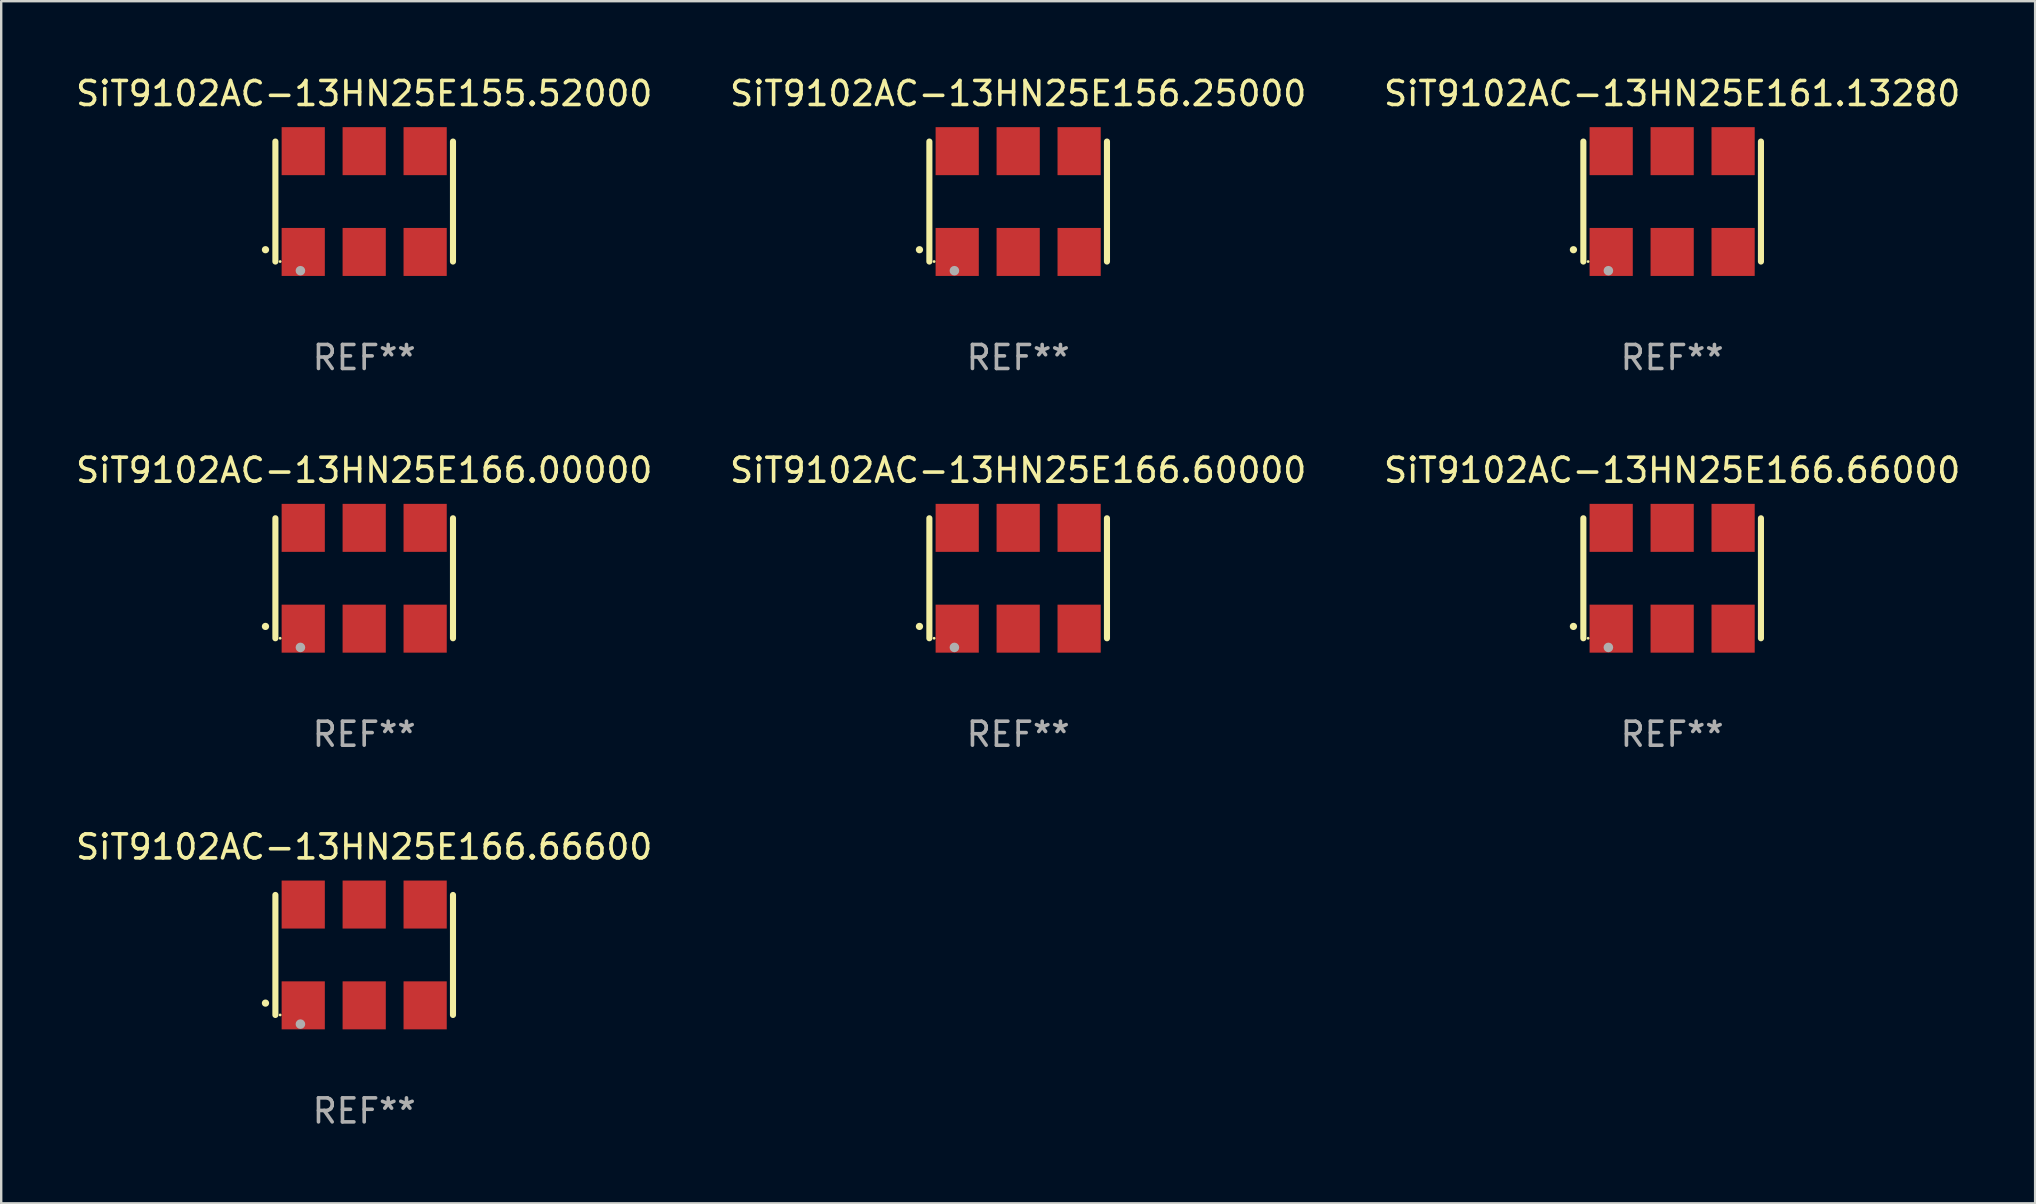
<source format=kicad_pcb>
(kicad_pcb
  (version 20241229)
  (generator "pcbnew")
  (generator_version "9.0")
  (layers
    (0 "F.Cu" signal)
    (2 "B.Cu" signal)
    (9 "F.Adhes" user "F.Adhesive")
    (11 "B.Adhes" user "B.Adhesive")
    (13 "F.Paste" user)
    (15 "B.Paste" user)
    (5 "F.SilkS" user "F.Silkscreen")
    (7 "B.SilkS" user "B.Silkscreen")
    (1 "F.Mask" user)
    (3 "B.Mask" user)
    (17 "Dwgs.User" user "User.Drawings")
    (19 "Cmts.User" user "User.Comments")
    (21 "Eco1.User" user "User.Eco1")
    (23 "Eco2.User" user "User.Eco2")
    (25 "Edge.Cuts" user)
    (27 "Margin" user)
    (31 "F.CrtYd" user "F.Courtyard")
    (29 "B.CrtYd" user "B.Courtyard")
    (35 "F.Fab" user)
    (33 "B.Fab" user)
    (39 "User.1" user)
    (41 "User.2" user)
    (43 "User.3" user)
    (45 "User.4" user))
  (footprint "SiT9102AC-13HN25E155.52000"
    (layer "F.Cu")
    (at 12.125 5.348)
    (property "Reference" "SiT9102AC-13HN25E155.52000" (at 0 -4.5 0) (layer "F.SilkS") (effects (font (size 1 1) (thickness 0.15))))
    (attr through_hole)
    (fp_line (start -3.7 -2.5) (end -3.7 2.5) (stroke (width 0.254) (type solid)) (layer "F.SilkS"))
    (fp_line (start 3.7 -2.5) (end 3.7 2.5) (stroke (width 0.254) (type solid)) (layer "F.SilkS"))
    (fp_arc (start -4.114415 2.006604) (mid -4.113145 2.006599) (end -4.111875 2.006604) (stroke (width 0.3) (type solid)) (layer "F.SilkS"))
    (fp_circle (center -3.502 2.5) (end -3.472 2.5) (stroke (width 0.06) (type solid)) (fill no) (layer "F.SilkS"))
    (fp_circle (center -2.657 2.882) (end -2.557 2.882) (stroke (width 0.2) (type solid)) (fill no) (layer "F.Fab"))
    (fp_text user "REF**" (at 0 6.5 0) (layer "F.Fab") (effects (font (size 1 1) (thickness 0.15))))
    (pad "1" smd rect (at -2.54 2.1) (size 1.8 2) (layers "F.Cu" "F.Mask" "F.Paste"))
    (pad "2" smd rect (at 0.000394 2.1) (size 1.8 2) (layers "F.Cu" "F.Mask" "F.Paste"))
    (pad "3" smd rect (at 2.54 2.1) (size 1.8 2) (layers "F.Cu" "F.Mask" "F.Paste"))
    (pad "4" smd rect (at 2.54 -2.1) (size 1.8 2) (layers "F.Cu" "F.Mask" "F.Paste"))
    (pad "5" smd rect (at 0.000394 -2.1) (size 1.8 2) (layers "F.Cu" "F.Mask" "F.Paste"))
    (pad "6" smd rect (at -2.54 -2.1) (size 1.8 2) (layers "F.Cu" "F.Mask" "F.Paste")))
  (footprint "SiT9102AC-13HN25E166.00000"
    (layer "F.Cu")
    (at 12.125 21.045)
    (property "Reference" "SiT9102AC-13HN25E166.00000" (at 0 -4.5 0) (layer "F.SilkS") (effects (font (size 1 1) (thickness 0.15))))
    (attr through_hole)
    (fp_line (start -3.7 -2.5) (end -3.7 2.5) (stroke (width 0.254) (type solid)) (layer "F.SilkS"))
    (fp_line (start 3.7 -2.5) (end 3.7 2.5) (stroke (width 0.254) (type solid)) (layer "F.SilkS"))
    (fp_arc (start -4.114415 2.006604) (mid -4.113145 2.006599) (end -4.111875 2.006604) (stroke (width 0.3) (type solid)) (layer "F.SilkS"))
    (fp_circle (center -3.502 2.5) (end -3.472 2.5) (stroke (width 0.06) (type solid)) (fill no) (layer "F.SilkS"))
    (fp_circle (center -2.657 2.882) (end -2.557 2.882) (stroke (width 0.2) (type solid)) (fill no) (layer "F.Fab"))
    (fp_text user "REF**" (at 0 6.5 0) (layer "F.Fab") (effects (font (size 1 1) (thickness 0.15))))
    (pad "1" smd rect (at -2.54 2.1) (size 1.8 2) (layers "F.Cu" "F.Mask" "F.Paste"))
    (pad "2" smd rect (at 0.000394 2.1) (size 1.8 2) (layers "F.Cu" "F.Mask" "F.Paste"))
    (pad "3" smd rect (at 2.54 2.1) (size 1.8 2) (layers "F.Cu" "F.Mask" "F.Paste"))
    (pad "4" smd rect (at 2.54 -2.1) (size 1.8 2) (layers "F.Cu" "F.Mask" "F.Paste"))
    (pad "5" smd rect (at 0.000394 -2.1) (size 1.8 2) (layers "F.Cu" "F.Mask" "F.Paste"))
    (pad "6" smd rect (at -2.54 -2.1) (size 1.8 2) (layers "F.Cu" "F.Mask" "F.Paste")))
  (footprint "SiT9102AC-13HN25E156.25000"
    (layer "F.Cu")
    (at 39.375 5.348)
    (property "Reference" "SiT9102AC-13HN25E156.25000" (at 0 -4.5 0) (layer "F.SilkS") (effects (font (size 1 1) (thickness 0.15))))
    (attr through_hole)
    (fp_line (start -3.7 -2.5) (end -3.7 2.5) (stroke (width 0.254) (type solid)) (layer "F.SilkS"))
    (fp_line (start 3.7 -2.5) (end 3.7 2.5) (stroke (width 0.254) (type solid)) (layer "F.SilkS"))
    (fp_arc (start -4.114415 2.006604) (mid -4.113145 2.006599) (end -4.111875 2.006604) (stroke (width 0.3) (type solid)) (layer "F.SilkS"))
    (fp_circle (center -3.502 2.5) (end -3.472 2.5) (stroke (width 0.06) (type solid)) (fill no) (layer "F.SilkS"))
    (fp_circle (center -2.657 2.882) (end -2.557 2.882) (stroke (width 0.2) (type solid)) (fill no) (layer "F.Fab"))
    (fp_text user "REF**" (at 0 6.5 0) (layer "F.Fab") (effects (font (size 1 1) (thickness 0.15))))
    (pad "1" smd rect (at -2.54 2.1) (size 1.8 2) (layers "F.Cu" "F.Mask" "F.Paste"))
    (pad "2" smd rect (at 0.000394 2.1) (size 1.8 2) (layers "F.Cu" "F.Mask" "F.Paste"))
    (pad "3" smd rect (at 2.54 2.1) (size 1.8 2) (layers "F.Cu" "F.Mask" "F.Paste"))
    (pad "4" smd rect (at 2.54 -2.1) (size 1.8 2) (layers "F.Cu" "F.Mask" "F.Paste"))
    (pad "5" smd rect (at 0.000394 -2.1) (size 1.8 2) (layers "F.Cu" "F.Mask" "F.Paste"))
    (pad "6" smd rect (at -2.54 -2.1) (size 1.8 2) (layers "F.Cu" "F.Mask" "F.Paste")))
  (footprint "SiT9102AC-13HN25E166.60000"
    (layer "F.Cu")
    (at 39.375 21.045)
    (property "Reference" "SiT9102AC-13HN25E166.60000" (at 0 -4.5 0) (layer "F.SilkS") (effects (font (size 1 1) (thickness 0.15))))
    (attr through_hole)
    (fp_line (start -3.7 -2.5) (end -3.7 2.5) (stroke (width 0.254) (type solid)) (layer "F.SilkS"))
    (fp_line (start 3.7 -2.5) (end 3.7 2.5) (stroke (width 0.254) (type solid)) (layer "F.SilkS"))
    (fp_arc (start -4.114415 2.006604) (mid -4.113145 2.006599) (end -4.111875 2.006604) (stroke (width 0.3) (type solid)) (layer "F.SilkS"))
    (fp_circle (center -3.502 2.5) (end -3.472 2.5) (stroke (width 0.06) (type solid)) (fill no) (layer "F.SilkS"))
    (fp_circle (center -2.657 2.882) (end -2.557 2.882) (stroke (width 0.2) (type solid)) (fill no) (layer "F.Fab"))
    (fp_text user "REF**" (at 0 6.5 0) (layer "F.Fab") (effects (font (size 1 1) (thickness 0.15))))
    (pad "1" smd rect (at -2.54 2.1) (size 1.8 2) (layers "F.Cu" "F.Mask" "F.Paste"))
    (pad "2" smd rect (at 0.000394 2.1) (size 1.8 2) (layers "F.Cu" "F.Mask" "F.Paste"))
    (pad "3" smd rect (at 2.54 2.1) (size 1.8 2) (layers "F.Cu" "F.Mask" "F.Paste"))
    (pad "4" smd rect (at 2.54 -2.1) (size 1.8 2) (layers "F.Cu" "F.Mask" "F.Paste"))
    (pad "5" smd rect (at 0.000394 -2.1) (size 1.8 2) (layers "F.Cu" "F.Mask" "F.Paste"))
    (pad "6" smd rect (at -2.54 -2.1) (size 1.8 2) (layers "F.Cu" "F.Mask" "F.Paste")))
  (footprint "SiT9102AC-13HN25E166.66600"
    (layer "F.Cu")
    (at 12.125 36.741)
    (property "Reference" "SiT9102AC-13HN25E166.66600" (at 0 -4.5 0) (layer "F.SilkS") (effects (font (size 1 1) (thickness 0.15))))
    (attr through_hole)
    (fp_line (start -3.7 -2.5) (end -3.7 2.5) (stroke (width 0.254) (type solid)) (layer "F.SilkS"))
    (fp_line (start 3.7 -2.5) (end 3.7 2.5) (stroke (width 0.254) (type solid)) (layer "F.SilkS"))
    (fp_arc (start -4.114415 2.006604) (mid -4.113145 2.006599) (end -4.111875 2.006604) (stroke (width 0.3) (type solid)) (layer "F.SilkS"))
    (fp_circle (center -3.502 2.5) (end -3.472 2.5) (stroke (width 0.06) (type solid)) (fill no) (layer "F.SilkS"))
    (fp_circle (center -2.657 2.882) (end -2.557 2.882) (stroke (width 0.2) (type solid)) (fill no) (layer "F.Fab"))
    (fp_text user "REF**" (at 0 6.5 0) (layer "F.Fab") (effects (font (size 1 1) (thickness 0.15))))
    (pad "1" smd rect (at -2.54 2.1) (size 1.8 2) (layers "F.Cu" "F.Mask" "F.Paste"))
    (pad "2" smd rect (at 0.000394 2.1) (size 1.8 2) (layers "F.Cu" "F.Mask" "F.Paste"))
    (pad "3" smd rect (at 2.54 2.1) (size 1.8 2) (layers "F.Cu" "F.Mask" "F.Paste"))
    (pad "4" smd rect (at 2.54 -2.1) (size 1.8 2) (layers "F.Cu" "F.Mask" "F.Paste"))
    (pad "5" smd rect (at 0.000394 -2.1) (size 1.8 2) (layers "F.Cu" "F.Mask" "F.Paste"))
    (pad "6" smd rect (at -2.54 -2.1) (size 1.8 2) (layers "F.Cu" "F.Mask" "F.Paste")))
  (footprint "SiT9102AC-13HN25E161.13280"
    (layer "F.Cu")
    (at 66.625 5.348)
    (property "Reference" "SiT9102AC-13HN25E161.13280" (at 0 -4.5 0) (layer "F.SilkS") (effects (font (size 1 1) (thickness 0.15))))
    (attr through_hole)
    (fp_line (start -3.7 -2.5) (end -3.7 2.5) (stroke (width 0.254) (type solid)) (layer "F.SilkS"))
    (fp_line (start 3.7 -2.5) (end 3.7 2.5) (stroke (width 0.254) (type solid)) (layer "F.SilkS"))
    (fp_arc (start -4.114415 2.006604) (mid -4.113145 2.006599) (end -4.111875 2.006604) (stroke (width 0.3) (type solid)) (layer "F.SilkS"))
    (fp_circle (center -3.502 2.5) (end -3.472 2.5) (stroke (width 0.06) (type solid)) (fill no) (layer "F.SilkS"))
    (fp_circle (center -2.657 2.882) (end -2.557 2.882) (stroke (width 0.2) (type solid)) (fill no) (layer "F.Fab"))
    (fp_text user "REF**" (at 0 6.5 0) (layer "F.Fab") (effects (font (size 1 1) (thickness 0.15))))
    (pad "1" smd rect (at -2.54 2.1) (size 1.8 2) (layers "F.Cu" "F.Mask" "F.Paste"))
    (pad "2" smd rect (at 0.000394 2.1) (size 1.8 2) (layers "F.Cu" "F.Mask" "F.Paste"))
    (pad "3" smd rect (at 2.54 2.1) (size 1.8 2) (layers "F.Cu" "F.Mask" "F.Paste"))
    (pad "4" smd rect (at 2.54 -2.1) (size 1.8 2) (layers "F.Cu" "F.Mask" "F.Paste"))
    (pad "5" smd rect (at 0.000394 -2.1) (size 1.8 2) (layers "F.Cu" "F.Mask" "F.Paste"))
    (pad "6" smd rect (at -2.54 -2.1) (size 1.8 2) (layers "F.Cu" "F.Mask" "F.Paste")))
  (footprint "SiT9102AC-13HN25E166.66000"
    (layer "F.Cu")
    (at 66.625 21.045)
    (property "Reference" "SiT9102AC-13HN25E166.66000" (at 0 -4.5 0) (layer "F.SilkS") (effects (font (size 1 1) (thickness 0.15))))
    (attr through_hole)
    (fp_line (start -3.7 -2.5) (end -3.7 2.5) (stroke (width 0.254) (type solid)) (layer "F.SilkS"))
    (fp_line (start 3.7 -2.5) (end 3.7 2.5) (stroke (width 0.254) (type solid)) (layer "F.SilkS"))
    (fp_arc (start -4.114415 2.006604) (mid -4.113145 2.006599) (end -4.111875 2.006604) (stroke (width 0.3) (type solid)) (layer "F.SilkS"))
    (fp_circle (center -3.502 2.5) (end -3.472 2.5) (stroke (width 0.06) (type solid)) (fill no) (layer "F.SilkS"))
    (fp_circle (center -2.657 2.882) (end -2.557 2.882) (stroke (width 0.2) (type solid)) (fill no) (layer "F.Fab"))
    (fp_text user "REF**" (at 0 6.5 0) (layer "F.Fab") (effects (font (size 1 1) (thickness 0.15))))
    (pad "1" smd rect (at -2.54 2.1) (size 1.8 2) (layers "F.Cu" "F.Mask" "F.Paste"))
    (pad "2" smd rect (at 0.000394 2.1) (size 1.8 2) (layers "F.Cu" "F.Mask" "F.Paste"))
    (pad "3" smd rect (at 2.54 2.1) (size 1.8 2) (layers "F.Cu" "F.Mask" "F.Paste"))
    (pad "4" smd rect (at 2.54 -2.1) (size 1.8 2) (layers "F.Cu" "F.Mask" "F.Paste"))
    (pad "5" smd rect (at 0.000394 -2.1) (size 1.8 2) (layers "F.Cu" "F.Mask" "F.Paste"))
    (pad "6" smd rect (at -2.54 -2.1) (size 1.8 2) (layers "F.Cu" "F.Mask" "F.Paste")))
  (gr_rect
    (start -3 -3)
    (end 81.75 47.09)
    (stroke (width 0.1) (type default))
    (fill no)
    (layer "Edge.Cuts")))
</source>
